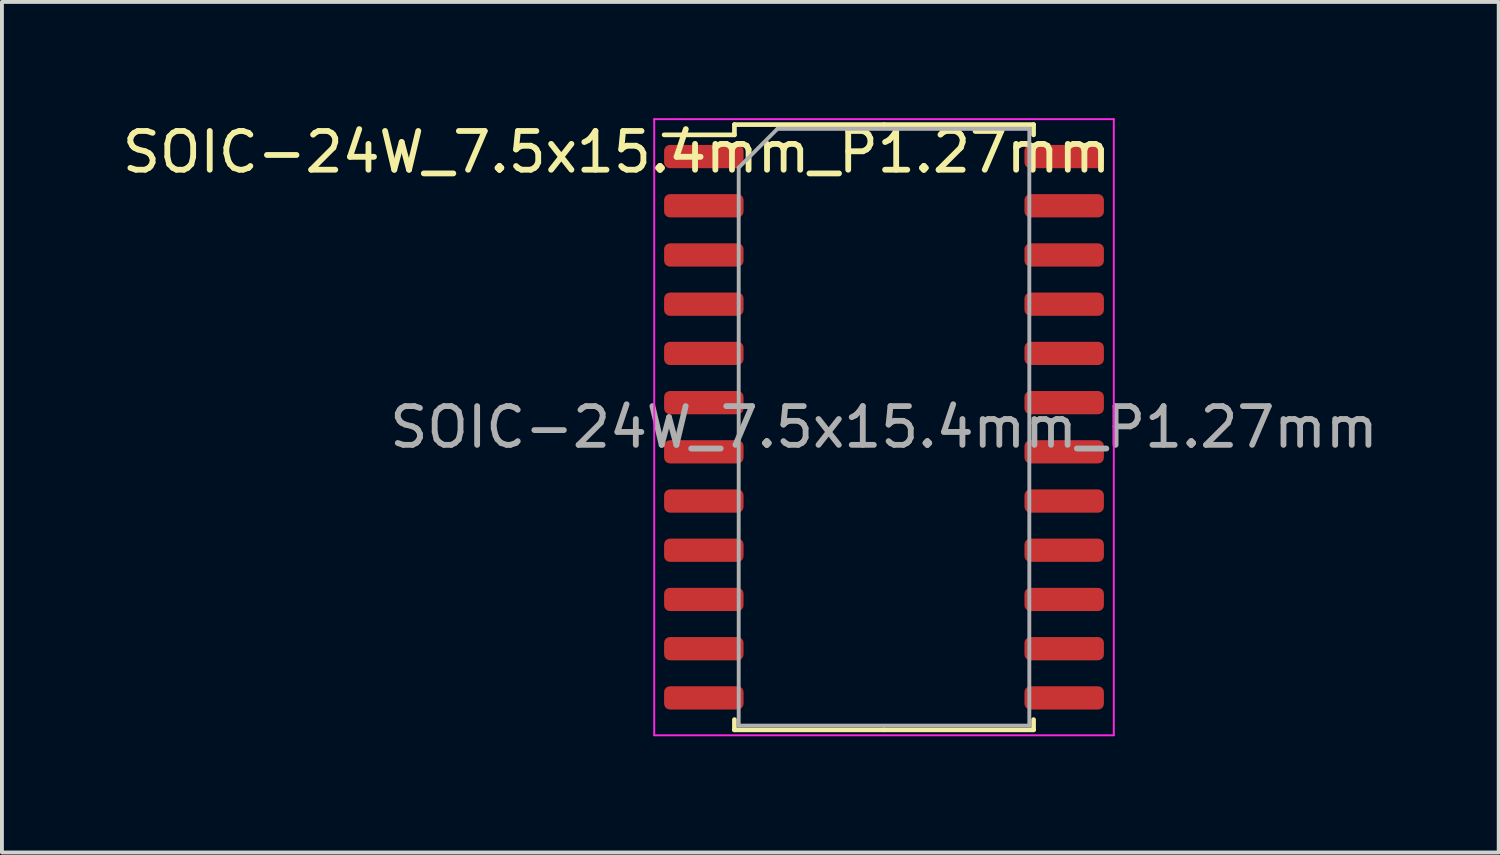
<source format=kicad_pcb>
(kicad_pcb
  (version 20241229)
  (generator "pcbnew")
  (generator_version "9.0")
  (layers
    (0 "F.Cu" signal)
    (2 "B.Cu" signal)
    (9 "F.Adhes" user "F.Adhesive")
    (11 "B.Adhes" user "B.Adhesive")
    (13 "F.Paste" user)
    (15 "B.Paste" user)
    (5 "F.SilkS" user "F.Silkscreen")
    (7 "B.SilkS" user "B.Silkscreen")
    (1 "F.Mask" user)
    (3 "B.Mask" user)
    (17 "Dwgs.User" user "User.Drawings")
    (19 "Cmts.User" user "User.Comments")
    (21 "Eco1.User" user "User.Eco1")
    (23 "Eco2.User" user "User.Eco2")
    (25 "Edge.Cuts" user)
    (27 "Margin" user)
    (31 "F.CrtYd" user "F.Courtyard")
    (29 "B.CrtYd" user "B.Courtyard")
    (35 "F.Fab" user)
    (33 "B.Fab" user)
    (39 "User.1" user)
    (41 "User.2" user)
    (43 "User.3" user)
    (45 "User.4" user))
  (footprint "SOIC-24W_7.5x15.4mm_P1.27mm"
    (layer "F.Cu")
    (at 19.763 7.975)
    (property "Reference" "SOIC-24W_7.5x15.4mm_P1.27mm" (at -6.9 -7.1 180) (layer "F.SilkS") (effects (font (size 1 1) (thickness 0.15))))
    (attr smd)
    (fp_line (start -3.86 -7.81) (end -3.86 -7.545) (stroke (width 0.12) (type solid)) (layer "F.SilkS"))
    (fp_line (start -3.86 -7.545) (end -5.675 -7.545) (stroke (width 0.12) (type solid)) (layer "F.SilkS"))
    (fp_line (start -3.86 7.81) (end -3.86 7.545) (stroke (width 0.12) (type solid)) (layer "F.SilkS"))
    (fp_line (start 0 -7.81) (end -3.86 -7.81) (stroke (width 0.12) (type solid)) (layer "F.SilkS"))
    (fp_line (start 0 -7.81) (end 3.86 -7.81) (stroke (width 0.12) (type solid)) (layer "F.SilkS"))
    (fp_line (start 0 7.81) (end -3.86 7.81) (stroke (width 0.12) (type solid)) (layer "F.SilkS"))
    (fp_line (start 0 7.81) (end 3.86 7.81) (stroke (width 0.12) (type solid)) (layer "F.SilkS"))
    (fp_line (start 3.86 -7.81) (end 3.86 -7.545) (stroke (width 0.12) (type solid)) (layer "F.SilkS"))
    (fp_line (start 3.86 7.81) (end 3.86 7.545) (stroke (width 0.12) (type solid)) (layer "F.SilkS"))
    (fp_line (start -5.93 -7.95) (end -5.93 7.95) (stroke (width 0.05) (type solid)) (layer "F.CrtYd"))
    (fp_line (start -5.93 7.95) (end 5.93 7.95) (stroke (width 0.05) (type solid)) (layer "F.CrtYd"))
    (fp_line (start 5.93 -7.95) (end -5.93 -7.95) (stroke (width 0.05) (type solid)) (layer "F.CrtYd"))
    (fp_line (start 5.93 7.95) (end 5.93 -7.95) (stroke (width 0.05) (type solid)) (layer "F.CrtYd"))
    (fp_line (start -3.75 -6.7) (end -2.75 -7.7) (stroke (width 0.1) (type solid)) (layer "F.Fab"))
    (fp_line (start -3.75 7.7) (end -3.75 -6.7) (stroke (width 0.1) (type solid)) (layer "F.Fab"))
    (fp_line (start -2.75 -7.7) (end 3.75 -7.7) (stroke (width 0.1) (type solid)) (layer "F.Fab"))
    (fp_line (start 3.75 -7.7) (end 3.75 7.7) (stroke (width 0.1) (type solid)) (layer "F.Fab"))
    (fp_line (start 3.75 7.7) (end -3.75 7.7) (stroke (width 0.1) (type solid)) (layer "F.Fab"))
    (fp_text user "${REFERENCE}" (at 0 0 180) (layer "F.Fab") (effects (font (size 1 1) (thickness 0.15))))
    (pad "1" smd roundrect (at -4.65 -6.985) (size 2.05 0.6) (layers "F.Cu" "F.Mask" "F.Paste") (roundrect_rratio 0.25))
    (pad "2" smd roundrect (at -4.65 -5.715) (size 2.05 0.6) (layers "F.Cu" "F.Mask" "F.Paste") (roundrect_rratio 0.25))
    (pad "3" smd roundrect (at -4.65 -4.445) (size 2.05 0.6) (layers "F.Cu" "F.Mask" "F.Paste") (roundrect_rratio 0.25))
    (pad "4" smd roundrect (at -4.65 -3.175) (size 2.05 0.6) (layers "F.Cu" "F.Mask" "F.Paste") (roundrect_rratio 0.25))
    (pad "5" smd roundrect (at -4.65 -1.905) (size 2.05 0.6) (layers "F.Cu" "F.Mask" "F.Paste") (roundrect_rratio 0.25))
    (pad "6" smd roundrect (at -4.65 -0.635) (size 2.05 0.6) (layers "F.Cu" "F.Mask" "F.Paste") (roundrect_rratio 0.25))
    (pad "7" smd roundrect (at -4.65 0.635) (size 2.05 0.6) (layers "F.Cu" "F.Mask" "F.Paste") (roundrect_rratio 0.25))
    (pad "8" smd roundrect (at -4.65 1.905) (size 2.05 0.6) (layers "F.Cu" "F.Mask" "F.Paste") (roundrect_rratio 0.25))
    (pad "9" smd roundrect (at -4.65 3.175) (size 2.05 0.6) (layers "F.Cu" "F.Mask" "F.Paste") (roundrect_rratio 0.25))
    (pad "10" smd roundrect (at -4.65 4.445) (size 2.05 0.6) (layers "F.Cu" "F.Mask" "F.Paste") (roundrect_rratio 0.25))
    (pad "11" smd roundrect (at -4.65 5.715) (size 2.05 0.6) (layers "F.Cu" "F.Mask" "F.Paste") (roundrect_rratio 0.25))
    (pad "12" smd roundrect (at -4.65 6.985) (size 2.05 0.6) (layers "F.Cu" "F.Mask" "F.Paste") (roundrect_rratio 0.25))
    (pad "13" smd roundrect (at 4.65 6.985) (size 2.05 0.6) (layers "F.Cu" "F.Mask" "F.Paste") (roundrect_rratio 0.25))
    (pad "14" smd roundrect (at 4.65 5.715) (size 2.05 0.6) (layers "F.Cu" "F.Mask" "F.Paste") (roundrect_rratio 0.25))
    (pad "15" smd roundrect (at 4.65 4.445) (size 2.05 0.6) (layers "F.Cu" "F.Mask" "F.Paste") (roundrect_rratio 0.25))
    (pad "16" smd roundrect (at 4.65 3.175) (size 2.05 0.6) (layers "F.Cu" "F.Mask" "F.Paste") (roundrect_rratio 0.25))
    (pad "17" smd roundrect (at 4.65 1.905) (size 2.05 0.6) (layers "F.Cu" "F.Mask" "F.Paste") (roundrect_rratio 0.25))
    (pad "18" smd roundrect (at 4.65 0.635) (size 2.05 0.6) (layers "F.Cu" "F.Mask" "F.Paste") (roundrect_rratio 0.25))
    (pad "19" smd roundrect (at 4.65 -0.635) (size 2.05 0.6) (layers "F.Cu" "F.Mask" "F.Paste") (roundrect_rratio 0.25))
    (pad "20" smd roundrect (at 4.65 -1.905) (size 2.05 0.6) (layers "F.Cu" "F.Mask" "F.Paste") (roundrect_rratio 0.25))
    (pad "21" smd roundrect (at 4.65 -3.175) (size 2.05 0.6) (layers "F.Cu" "F.Mask" "F.Paste") (roundrect_rratio 0.25))
    (pad "22" smd roundrect (at 4.65 -4.445) (size 2.05 0.6) (layers "F.Cu" "F.Mask" "F.Paste") (roundrect_rratio 0.25))
    (pad "23" smd roundrect (at 4.65 -5.715) (size 2.05 0.6) (layers "F.Cu" "F.Mask" "F.Paste") (roundrect_rratio 0.25))
    (pad "24" smd roundrect (at 4.65 -6.985) (size 2.05 0.6) (layers "F.Cu" "F.Mask" "F.Paste") (roundrect_rratio 0.25)))
  (gr_rect
    (start -3 -3)
    (end 35.626 18.95)
    (stroke (width 0.1) (type default))
    (fill no)
    (layer "Edge.Cuts")))
</source>
